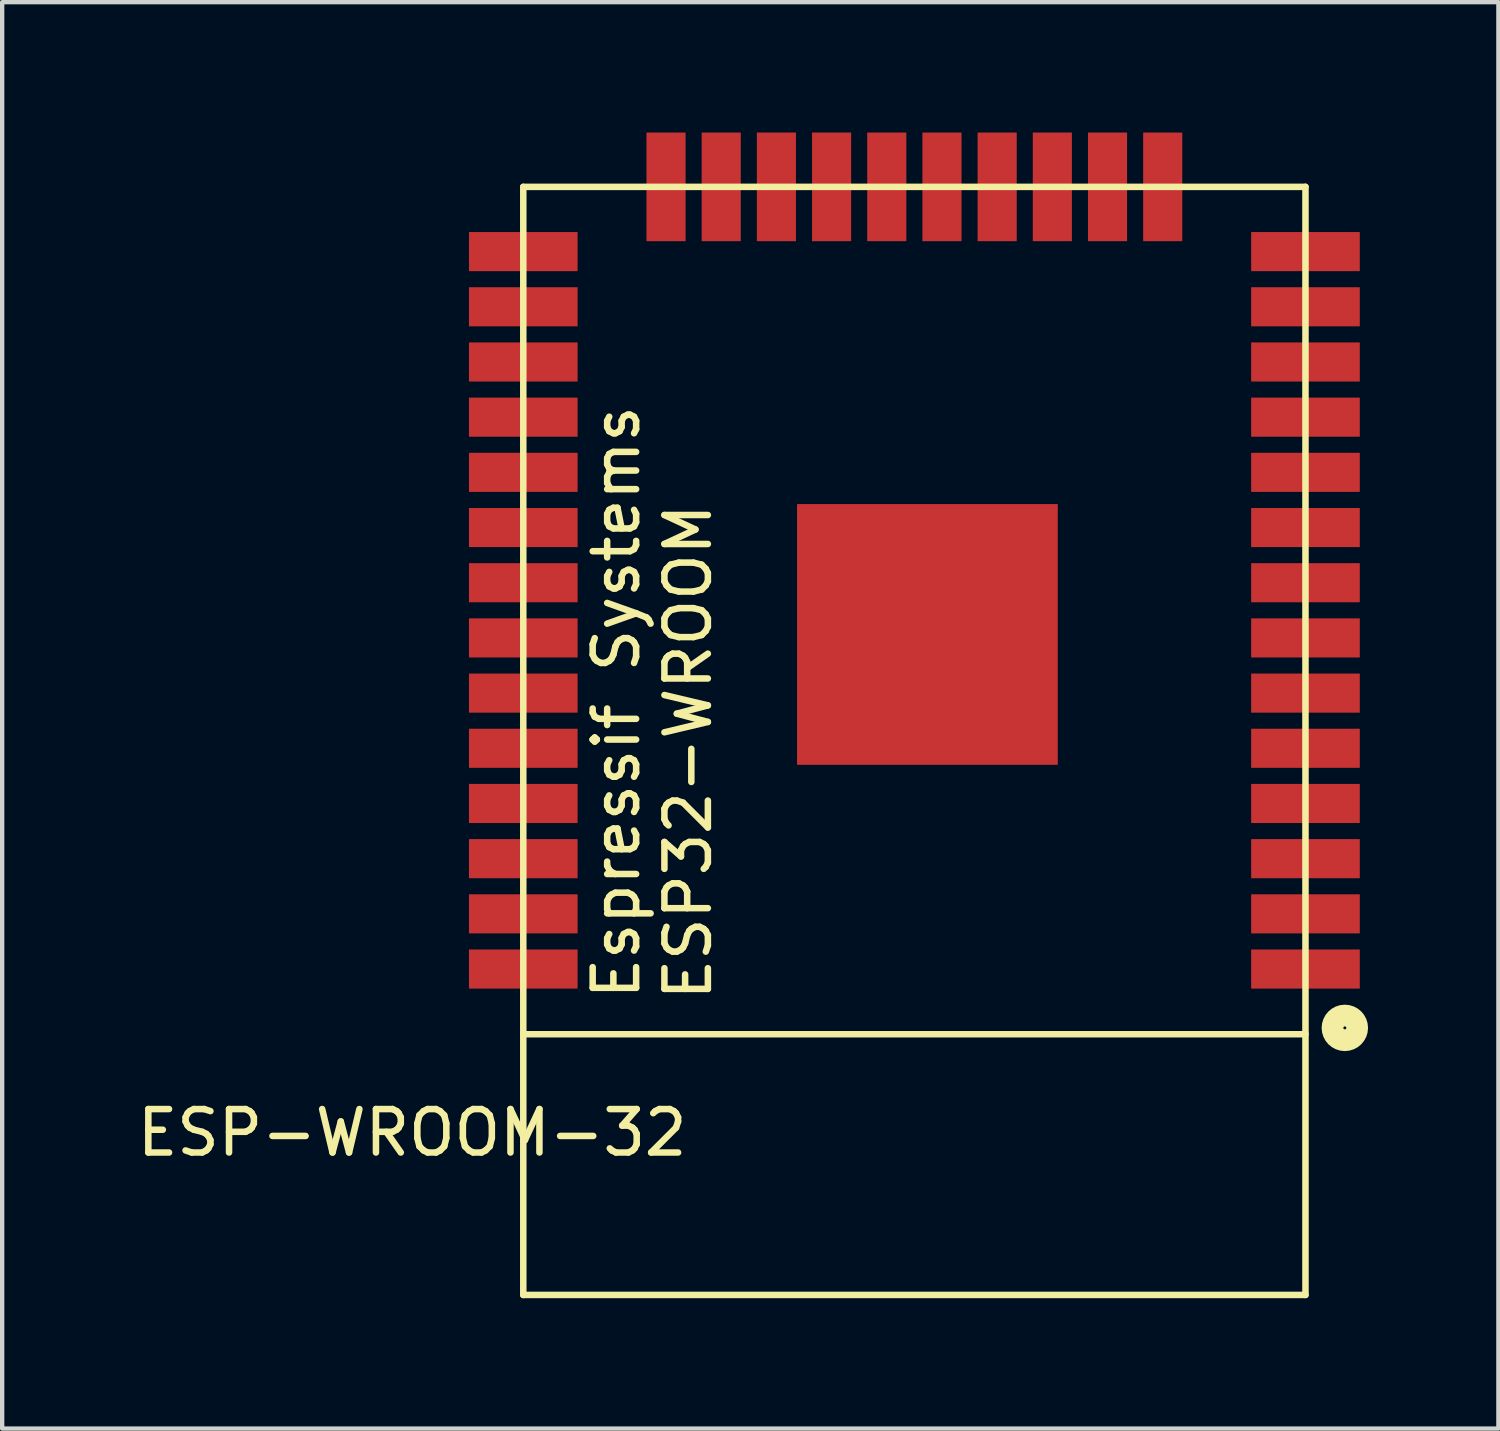
<source format=kicad_pcb>
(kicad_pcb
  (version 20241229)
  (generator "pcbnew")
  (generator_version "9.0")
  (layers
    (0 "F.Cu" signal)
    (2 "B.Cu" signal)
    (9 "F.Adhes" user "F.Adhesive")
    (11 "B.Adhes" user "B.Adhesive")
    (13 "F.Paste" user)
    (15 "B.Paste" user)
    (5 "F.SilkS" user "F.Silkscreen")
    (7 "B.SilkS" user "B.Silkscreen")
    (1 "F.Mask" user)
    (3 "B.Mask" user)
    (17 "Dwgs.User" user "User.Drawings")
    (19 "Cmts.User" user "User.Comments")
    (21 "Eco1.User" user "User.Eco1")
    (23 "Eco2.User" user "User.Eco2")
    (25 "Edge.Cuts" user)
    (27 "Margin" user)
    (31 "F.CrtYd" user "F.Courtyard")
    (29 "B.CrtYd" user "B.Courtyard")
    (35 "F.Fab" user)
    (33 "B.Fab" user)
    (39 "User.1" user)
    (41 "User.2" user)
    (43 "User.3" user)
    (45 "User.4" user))
  (footprint "ESP-WROOM-32"
    (layer "F.Cu")
    (at 17.992 14)
    (property "Reference" "ESP-WROOM-32" (at -11.557 9.017 0) (layer "F.SilkS") (effects (font (size 1 1) (thickness 0.15))))
    (attr through_hole)
    (fp_line (start -9 -12.75) (end 9 -12.75) (stroke (width 0.15) (type solid)) (layer "F.SilkS"))
    (fp_line (start -9 6.75) (end 9 6.75) (stroke (width 0.15) (type solid)) (layer "F.SilkS"))
    (fp_line (start -9 12.75) (end -9 -12.75) (stroke (width 0.15) (type solid)) (layer "F.SilkS"))
    (fp_line (start -9 12.75) (end 9 12.75) (stroke (width 0.15) (type solid)) (layer "F.SilkS"))
    (fp_line (start 9 12.75) (end 9 -12.75) (stroke (width 0.15) (type solid)) (layer "F.SilkS"))
    (fp_circle (center 9.906 6.604) (end 10.033 6.858) (stroke (width 0.5) (type solid)) (fill no) (layer "F.SilkS"))
    (fp_text user "ESP32-WROOM" (at -5.207 0.254 90) (layer "F.SilkS") (effects (font (size 1 1) (thickness 0.15))))
    (fp_text user "Espressif Systems" (at -6.858 -0.889 90) (layer "F.SilkS") (effects (font (size 1 1) (thickness 0.15))))
    (pad "1" smd rect (at 9 5.25) (size 2.5 0.9) (layers "F.Cu" "F.Mask" "F.Paste"))
    (pad "2" smd rect (at 9 3.98) (size 2.5 0.9) (layers "F.Cu" "F.Mask" "F.Paste"))
    (pad "3" smd rect (at 9 2.71) (size 2.5 0.9) (layers "F.Cu" "F.Mask" "F.Paste"))
    (pad "4" smd rect (at 9 1.44) (size 2.5 0.9) (layers "F.Cu" "F.Mask" "F.Paste"))
    (pad "5" smd rect (at 9 0.17) (size 2.5 0.9) (layers "F.Cu" "F.Mask" "F.Paste"))
    (pad "6" smd rect (at 9 -1.1) (size 2.5 0.9) (layers "F.Cu" "F.Mask" "F.Paste"))
    (pad "7" smd rect (at 9 -2.37) (size 2.5 0.9) (layers "F.Cu" "F.Mask" "F.Paste"))
    (pad "8" smd rect (at 9 -3.64) (size 2.5 0.9) (layers "F.Cu" "F.Mask" "F.Paste"))
    (pad "9" smd rect (at 9 -4.91) (size 2.5 0.9) (layers "F.Cu" "F.Mask" "F.Paste"))
    (pad "10" smd rect (at 9 -6.18) (size 2.5 0.9) (layers "F.Cu" "F.Mask" "F.Paste"))
    (pad "11" smd rect (at 9 -7.45) (size 2.5 0.9) (layers "F.Cu" "F.Mask" "F.Paste"))
    (pad "12" smd rect (at 9 -8.72) (size 2.5 0.9) (layers "F.Cu" "F.Mask" "F.Paste"))
    (pad "13" smd rect (at 9 -9.99) (size 2.5 0.9) (layers "F.Cu" "F.Mask" "F.Paste"))
    (pad "14" smd rect (at 9 -11.26) (size 2.5 0.9) (layers "F.Cu" "F.Mask" "F.Paste"))
    (pad "15" smd rect (at 5.715 -12.75) (size 0.9 2.5) (layers "F.Cu" "F.Mask" "F.Paste"))
    (pad "16" smd rect (at 4.445 -12.75) (size 0.9 2.5) (layers "F.Cu" "F.Mask" "F.Paste"))
    (pad "17" smd rect (at 3.175 -12.75) (size 0.9 2.5) (layers "F.Cu" "F.Mask" "F.Paste"))
    (pad "18" smd rect (at 1.905 -12.75) (size 0.9 2.5) (layers "F.Cu" "F.Mask" "F.Paste"))
    (pad "19" smd rect (at 0.635 -12.75) (size 0.9 2.5) (layers "F.Cu" "F.Mask" "F.Paste"))
    (pad "20" smd rect (at -0.635 -12.75) (size 0.9 2.5) (layers "F.Cu" "F.Mask" "F.Paste"))
    (pad "21" smd rect (at -1.905 -12.75) (size 0.9 2.5) (layers "F.Cu" "F.Mask" "F.Paste"))
    (pad "22" smd rect (at -3.175 -12.75) (size 0.9 2.5) (layers "F.Cu" "F.Mask" "F.Paste"))
    (pad "23" smd rect (at -4.445 -12.75) (size 0.9 2.5) (layers "F.Cu" "F.Mask" "F.Paste"))
    (pad "24" smd rect (at -5.715 -12.75) (size 0.9 2.5) (layers "F.Cu" "F.Mask" "F.Paste"))
    (pad "25" smd rect (at -9 -11.26) (size 2.5 0.9) (layers "F.Cu" "F.Mask" "F.Paste"))
    (pad "26" smd rect (at -9 -9.99) (size 2.5 0.9) (layers "F.Cu" "F.Mask" "F.Paste"))
    (pad "27" smd rect (at -9 -8.72) (size 2.5 0.9) (layers "F.Cu" "F.Mask" "F.Paste"))
    (pad "28" smd rect (at -9 -7.45) (size 2.5 0.9) (layers "F.Cu" "F.Mask" "F.Paste"))
    (pad "29" smd rect (at -9 -6.18) (size 2.5 0.9) (layers "F.Cu" "F.Mask" "F.Paste"))
    (pad "30" smd rect (at -9 -4.91) (size 2.5 0.9) (layers "F.Cu" "F.Mask" "F.Paste"))
    (pad "31" smd rect (at -9 -3.64) (size 2.5 0.9) (layers "F.Cu" "F.Mask" "F.Paste"))
    (pad "32" smd rect (at -9 -2.37) (size 2.5 0.9) (layers "F.Cu" "F.Mask" "F.Paste"))
    (pad "33" smd rect (at -9 -1.1) (size 2.5 0.9) (layers "F.Cu" "F.Mask" "F.Paste"))
    (pad "34" smd rect (at -9 0.17) (size 2.5 0.9) (layers "F.Cu" "F.Mask" "F.Paste"))
    (pad "35" smd rect (at -9 1.44) (size 2.5 0.9) (layers "F.Cu" "F.Mask" "F.Paste"))
    (pad "36" smd rect (at -9 2.71) (size 2.5 0.9) (layers "F.Cu" "F.Mask" "F.Paste"))
    (pad "37" smd rect (at -9 3.98) (size 2.5 0.9) (layers "F.Cu" "F.Mask" "F.Paste"))
    (pad "38" smd rect (at -9 5.25) (size 2.5 0.9) (layers "F.Cu" "F.Mask" "F.Paste"))
    (pad "39" smd rect (at 0.3 -2.45) (size 6 6) (layers "F.Cu" "F.Mask" "F.Paste")))
  (gr_rect
    (start -3 -3)
    (end 31.432 29.825)
    (stroke (width 0.1) (type default))
    (fill no)
    (layer "Edge.Cuts")))
</source>
